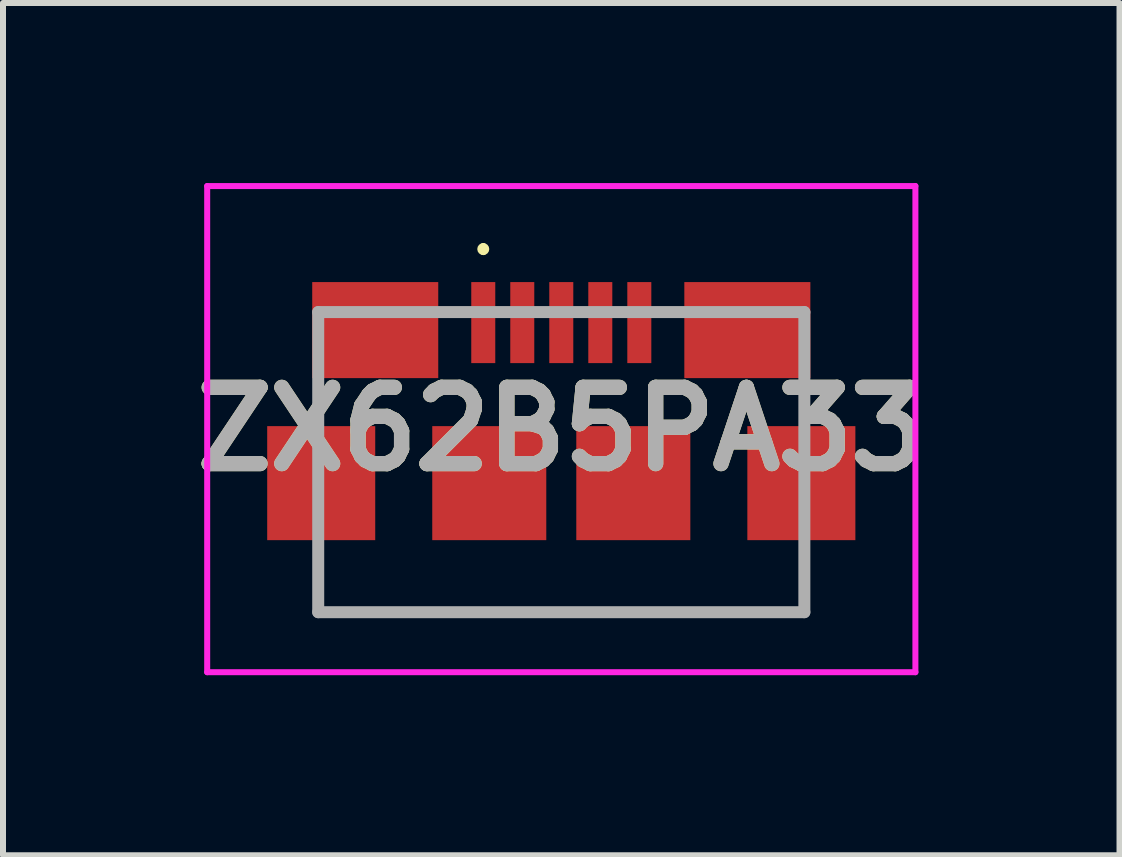
<source format=kicad_pcb>
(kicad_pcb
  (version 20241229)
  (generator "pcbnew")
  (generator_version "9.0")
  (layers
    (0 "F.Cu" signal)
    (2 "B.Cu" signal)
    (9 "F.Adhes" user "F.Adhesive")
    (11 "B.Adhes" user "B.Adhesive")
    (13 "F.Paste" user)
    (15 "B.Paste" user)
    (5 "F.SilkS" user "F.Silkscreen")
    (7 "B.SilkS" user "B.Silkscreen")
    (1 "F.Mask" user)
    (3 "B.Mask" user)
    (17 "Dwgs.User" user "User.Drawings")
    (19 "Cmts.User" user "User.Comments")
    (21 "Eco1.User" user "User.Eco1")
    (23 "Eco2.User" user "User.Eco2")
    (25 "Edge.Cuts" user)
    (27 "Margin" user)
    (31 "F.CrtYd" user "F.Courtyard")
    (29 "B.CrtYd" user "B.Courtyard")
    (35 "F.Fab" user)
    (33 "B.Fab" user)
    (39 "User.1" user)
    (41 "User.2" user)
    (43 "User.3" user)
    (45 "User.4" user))
  (footprint "ZX62B5PA33"
    (layer "F.Cu")
    (at 6.302 4.65)
    (property "Reference" "ZX62B5PA33" (at 0 -0.55 0) (layer "F.SilkS") (effects (font (size 1.27 1.27) (thickness 0.254))))
    (attr smd)
    (fp_line (start -4 2.5) (end 4.05 2.5) (stroke (width 0.1) (type solid)) (layer "F.SilkS"))
    (fp_line (start -1.3 -3.6) (end -1.3 -3.6) (stroke (width 0.1) (type solid)) (layer "F.SilkS"))
    (fp_line (start -1.3 -3.5) (end -1.3 -3.5) (stroke (width 0.1) (type solid)) (layer "F.SilkS"))
    (fp_arc (start -1.3 -3.6) (mid -1.25 -3.55) (end -1.3 -3.5) (stroke (width 0.1) (type solid)) (layer "F.SilkS"))
    (fp_arc (start -1.3 -3.5) (mid -1.35 -3.55) (end -1.3 -3.6) (stroke (width 0.1) (type solid)) (layer "F.SilkS"))
    (fp_line (start -5.9 -4.6) (end 5.9 -4.6) (stroke (width 0.1) (type solid)) (layer "F.CrtYd"))
    (fp_line (start -5.9 3.5) (end -5.9 -4.6) (stroke (width 0.1) (type solid)) (layer "F.CrtYd"))
    (fp_line (start 5.9 -4.6) (end 5.9 3.5) (stroke (width 0.1) (type solid)) (layer "F.CrtYd"))
    (fp_line (start 5.9 3.5) (end -5.9 3.5) (stroke (width 0.1) (type solid)) (layer "F.CrtYd"))
    (fp_line (start -4.05 -2.5) (end 4.05 -2.5) (stroke (width 0.2) (type solid)) (layer "F.Fab"))
    (fp_line (start -4.05 2.5) (end -4.05 -2.5) (stroke (width 0.2) (type solid)) (layer "F.Fab"))
    (fp_line (start 4.05 -2.5) (end 4.05 2.5) (stroke (width 0.2) (type solid)) (layer "F.Fab"))
    (fp_line (start 4.05 2.5) (end -4.05 2.5) (stroke (width 0.2) (type solid)) (layer "F.Fab"))
    (fp_text user "${REFERENCE}" (at 0 -0.55 0) (layer "F.Fab") (effects (font (size 1.27 1.27) (thickness 0.254))))
    (pad "1" smd rect (at -1.3 -2.325) (size 0.4 1.35) (layers "F.Cu" "F.Mask" "F.Paste"))
    (pad "2" smd rect (at -0.65 -2.325) (size 0.4 1.35) (layers "F.Cu" "F.Mask" "F.Paste"))
    (pad "3" smd rect (at 0 -2.325) (size 0.4 1.35) (layers "F.Cu" "F.Mask" "F.Paste"))
    (pad "4" smd rect (at 0.65 -2.325) (size 0.4 1.35) (layers "F.Cu" "F.Mask" "F.Paste"))
    (pad "5" smd rect (at 1.3 -2.325) (size 0.4 1.35) (layers "F.Cu" "F.Mask" "F.Paste"))
    (pad "6" smd rect (at -4 0.35) (size 1.8 1.9) (layers "F.Cu" "F.Mask" "F.Paste"))
    (pad "6" smd rect (at -3.1 -2.2 90) (size 1.6 2.1) (layers "F.Cu" "F.Mask" "F.Paste"))
    (pad "6" smd rect (at -1.2 0.35) (size 1.9 1.9) (layers "F.Cu" "F.Mask" "F.Paste"))
    (pad "6" smd rect (at 1.2 0.35) (size 1.9 1.9) (layers "F.Cu" "F.Mask" "F.Paste"))
    (pad "6" smd rect (at 3.1 -2.2 90) (size 1.6 2.1) (layers "F.Cu" "F.Mask" "F.Paste"))
    (pad "6" smd rect (at 4 0.35) (size 1.8 1.9) (layers "F.Cu" "F.Mask" "F.Paste")))
  (gr_rect
    (start -3 -3)
    (end 15.603 11.2)
    (stroke (width 0.1) (type default))
    (fill no)
    (layer "Edge.Cuts")))
</source>
